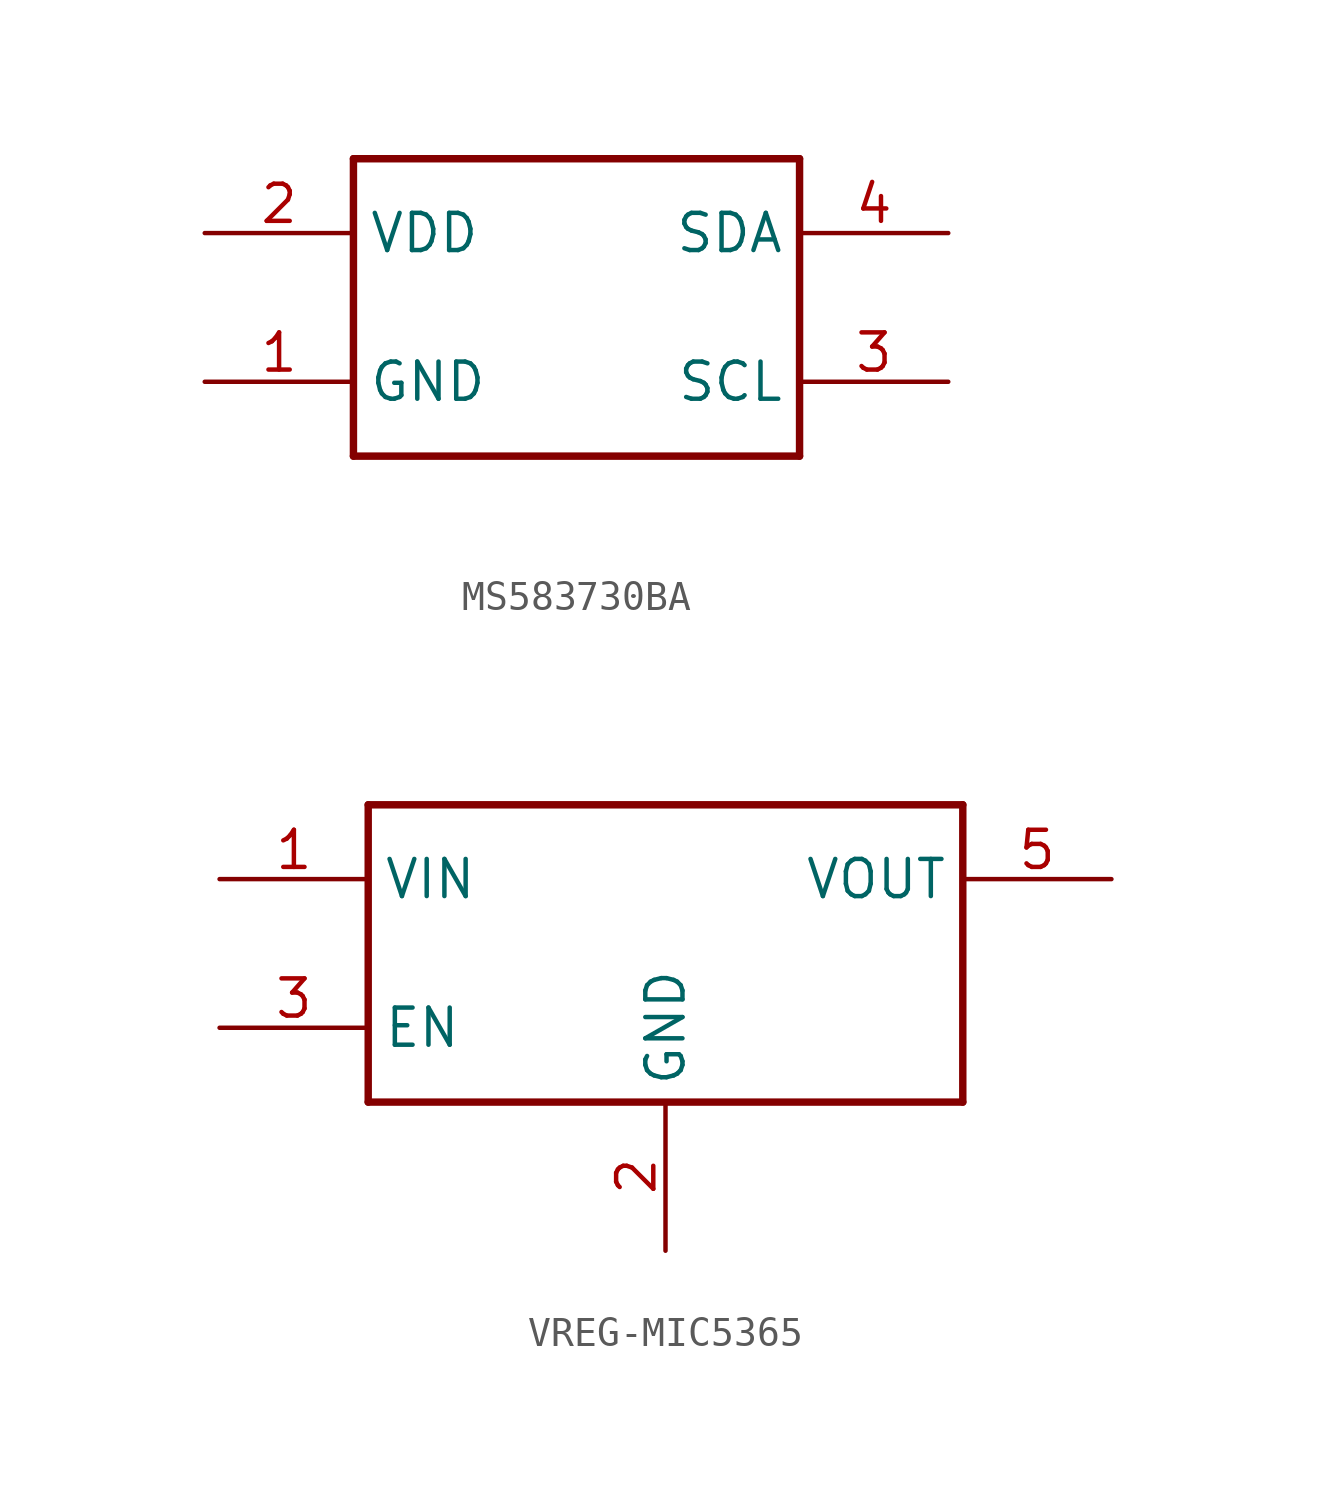
<source format=kicad_sym>
(kicad_symbol_lib
  (version 20231120)
  (generator "kicad_symbol_editor")
  (generator_version "8.0")
  (symbol "MS583730BA"
    (property "Reference" ""
      (at -7.62 10.668 0)
      (effects (font (size 1.778 1.511)) (justify left bottom) (hide yes)))
    (property "Value" ""
      (at -7.62 -2.54 0)
      (effects (font (size 1.778 1.511)) (justify left bottom)))
    (property "ki_locked" ""
      (at 0 0 0)
      (effects (font (size 1.27 1.27))))
    (symbol "MS583730BA_1_0"
      (polyline (pts (xy -7.62 0) (xy 7.62 0)) (stroke (width 0.254) (type solid)) (fill (type none)))
      (polyline (pts (xy -7.62 10.16) (xy -7.62 0)) (stroke (width 0.254) (type solid)) (fill (type none)))
      (polyline (pts (xy 7.62 0) (xy 7.62 10.16)) (stroke (width 0.254) (type solid)) (fill (type none)))
      (polyline (pts (xy 7.62 10.16) (xy -7.62 10.16)) (stroke (width 0.254) (type solid)) (fill (type none)))
      (pin bidirectional line (at -12.7 2.54 0) (length 5.08) (name "GND" (effects (font (size 1.27 1.27)))) (number "1" (effects (font (size 1.27 1.27)))))
      (pin bidirectional line (at -12.7 7.62 0) (length 5.08) (name "VDD" (effects (font (size 1.27 1.27)))) (number "2" (effects (font (size 1.27 1.27)))))
      (pin bidirectional line (at 12.7 2.54 180) (length 5.08) (name "SCL" (effects (font (size 1.27 1.27)))) (number "3" (effects (font (size 1.27 1.27)))))
      (pin bidirectional line (at 12.7 7.62 180) (length 5.08) (name "SDA" (effects (font (size 1.27 1.27)))) (number "4" (effects (font (size 1.27 1.27)))))))
  (symbol "VREG-MIC5365"
    (property "Reference" ""
      (at 0.254 8.128 0)
      (effects (font (size 1.778 1.511)) (justify left bottom) (hide yes)))
    (property "ki_locked" ""
      (at 0 0 0)
      (effects (font (size 1.27 1.27))))
    (symbol "VREG-MIC5365_1_0"
      (polyline (pts (xy 0 -2.54) (xy 20.32 -2.54)) (stroke (width 0.254) (type solid)) (fill (type none)))
      (polyline (pts (xy 0 7.62) (xy 0 -2.54)) (stroke (width 0.254) (type solid)) (fill (type none)))
      (polyline (pts (xy 20.32 -2.54) (xy 20.32 7.62)) (stroke (width 0.254) (type solid)) (fill (type none)))
      (polyline (pts (xy 20.32 7.62) (xy 0 7.62)) (stroke (width 0.254) (type solid)) (fill (type none)))
      (pin bidirectional line (at -5.08 5.08 0) (length 5.08) (name "VIN" (effects (font (size 1.27 1.27)))) (number "1" (effects (font (size 1.27 1.27)))))
      (pin bidirectional line (at 10.16 -7.62 90) (length 5.08) (name "GND" (effects (font (size 1.27 1.27)))) (number "2" (effects (font (size 1.27 1.27)))))
      (pin bidirectional line (at -5.08 0 0) (length 5.08) (name "EN" (effects (font (size 1.27 1.27)))) (number "3" (effects (font (size 1.27 1.27)))))
      (pin bidirectional line (at 25.4 5.08 180) (length 5.08) (name "VOUT" (effects (font (size 1.27 1.27)))) (number "5" (effects (font (size 1.27 1.27))))))))
</source>
